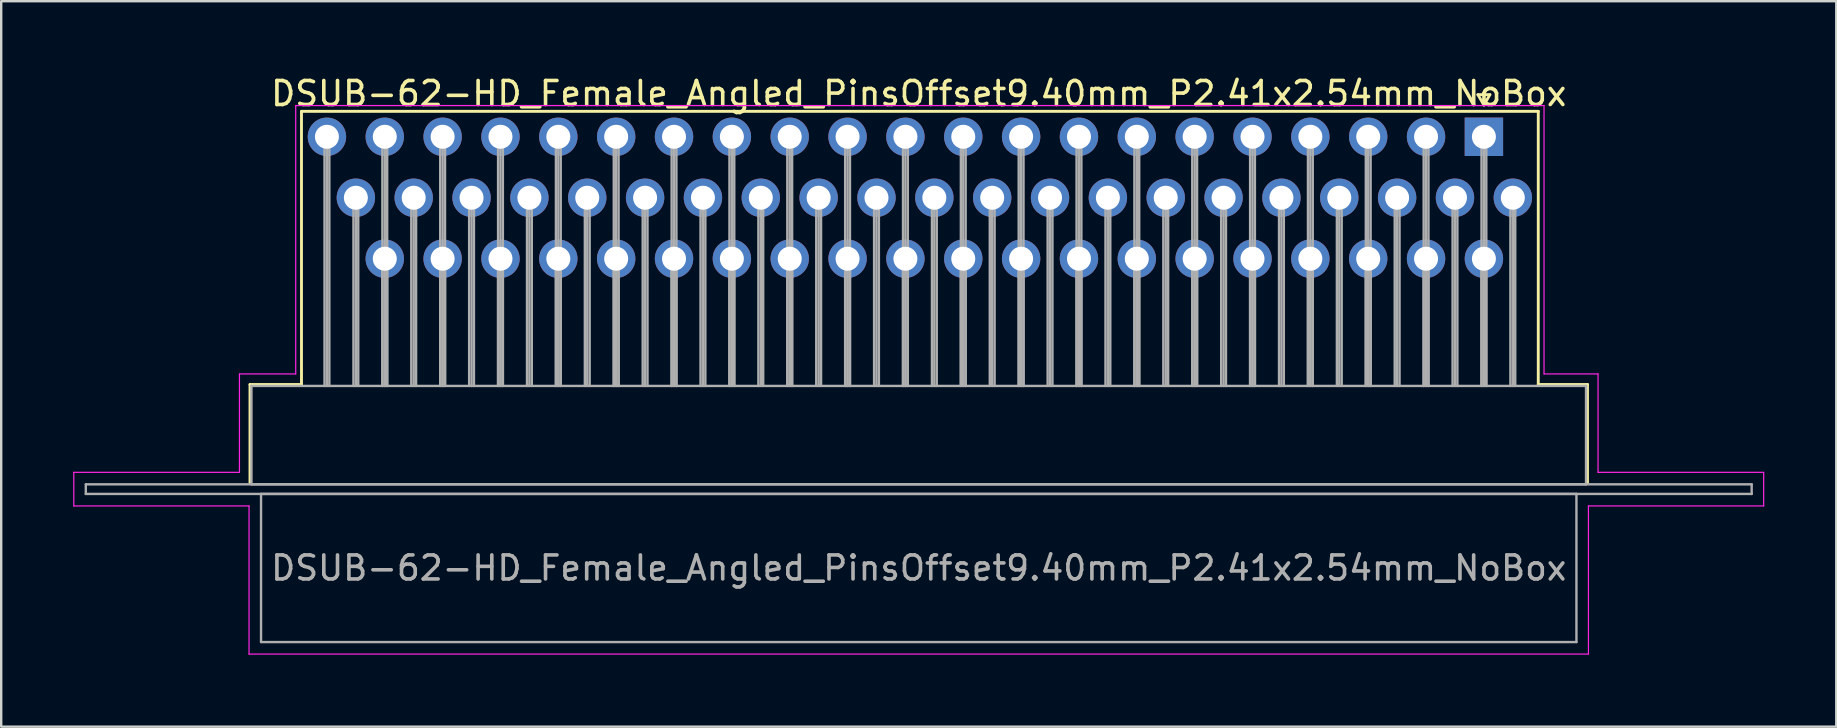
<source format=kicad_pcb>
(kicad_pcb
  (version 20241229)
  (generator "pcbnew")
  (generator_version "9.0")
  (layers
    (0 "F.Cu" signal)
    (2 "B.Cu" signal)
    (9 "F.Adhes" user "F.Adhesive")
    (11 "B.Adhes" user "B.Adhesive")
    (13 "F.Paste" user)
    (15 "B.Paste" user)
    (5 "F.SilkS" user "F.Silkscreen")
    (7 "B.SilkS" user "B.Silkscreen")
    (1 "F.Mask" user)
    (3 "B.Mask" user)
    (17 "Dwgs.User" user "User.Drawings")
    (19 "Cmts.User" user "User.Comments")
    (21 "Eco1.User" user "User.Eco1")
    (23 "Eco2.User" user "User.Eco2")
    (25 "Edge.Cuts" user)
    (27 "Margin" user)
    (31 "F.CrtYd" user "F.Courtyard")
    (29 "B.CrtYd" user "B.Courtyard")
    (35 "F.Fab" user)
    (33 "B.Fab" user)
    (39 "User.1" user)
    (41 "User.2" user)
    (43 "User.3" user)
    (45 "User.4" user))
  (footprint "DSUB-62-HD_Female_Angled_PinsOffset9.40mm_P2.41x2.54mm_NoBox"
    (layer "F.Cu")
    (at 58.77 2.648)
    (property "Reference" "DSUB-62-HD_Female_Angled_PinsOffset9.40mm_P2.41x2.54mm_NoBox" (at -23.545 -1.8 0) (layer "F.SilkS") (effects (font (size 1 1) (thickness 0.15))))
    (attr through_hole)
    (fp_line (start -51.405 10.32) (end -49.26 10.32) (stroke (width 0.12) (type solid)) (layer "F.SilkS"))
    (fp_line (start -51.405 14.42) (end -51.405 10.32) (stroke (width 0.12) (type solid)) (layer "F.SilkS"))
    (fp_line (start -49.26 -1.06) (end 2.265 -1.06) (stroke (width 0.12) (type solid)) (layer "F.SilkS"))
    (fp_line (start -49.26 10.32) (end -49.26 -1.06) (stroke (width 0.12) (type solid)) (layer "F.SilkS"))
    (fp_line (start -0.25 -1.754) (end 0.25 -1.754) (stroke (width 0.12) (type solid)) (layer "F.SilkS"))
    (fp_line (start 0 -1.321) (end -0.25 -1.754) (stroke (width 0.12) (type solid)) (layer "F.SilkS"))
    (fp_line (start 0.25 -1.754) (end 0 -1.321) (stroke (width 0.12) (type solid)) (layer "F.SilkS"))
    (fp_line (start 2.265 -1.06) (end 2.265 10.32) (stroke (width 0.12) (type solid)) (layer "F.SilkS"))
    (fp_line (start 2.265 10.32) (end 4.315 10.32) (stroke (width 0.12) (type solid)) (layer "F.SilkS"))
    (fp_line (start 4.315 10.32) (end 4.315 14.42) (stroke (width 0.12) (type solid)) (layer "F.SilkS"))
    (fp_line (start -58.745 13.98) (end -51.845 13.98) (stroke (width 0.05) (type solid)) (layer "F.CrtYd"))
    (fp_line (start -58.745 15.38) (end -58.745 13.98) (stroke (width 0.05) (type solid)) (layer "F.CrtYd"))
    (fp_line (start -51.845 9.88) (end -49.5 9.88) (stroke (width 0.05) (type solid)) (layer "F.CrtYd"))
    (fp_line (start -51.845 13.98) (end -51.845 9.88) (stroke (width 0.05) (type solid)) (layer "F.CrtYd"))
    (fp_line (start -51.445 15.38) (end -58.745 15.38) (stroke (width 0.05) (type solid)) (layer "F.CrtYd"))
    (fp_line (start -51.445 21.55) (end -51.445 15.38) (stroke (width 0.05) (type solid)) (layer "F.CrtYd"))
    (fp_line (start -49.5 -1.3) (end 2.505 -1.3) (stroke (width 0.05) (type solid)) (layer "F.CrtYd"))
    (fp_line (start -49.5 9.88) (end -49.5 -1.3) (stroke (width 0.05) (type solid)) (layer "F.CrtYd"))
    (fp_line (start 2.505 -1.3) (end 2.505 9.88) (stroke (width 0.05) (type solid)) (layer "F.CrtYd"))
    (fp_line (start 2.505 9.88) (end 4.755 9.88) (stroke (width 0.05) (type solid)) (layer "F.CrtYd"))
    (fp_line (start 4.355 15.38) (end 4.355 21.55) (stroke (width 0.05) (type solid)) (layer "F.CrtYd"))
    (fp_line (start 4.355 21.55) (end -51.445 21.55) (stroke (width 0.05) (type solid)) (layer "F.CrtYd"))
    (fp_line (start 4.755 9.88) (end 4.755 13.98) (stroke (width 0.05) (type solid)) (layer "F.CrtYd"))
    (fp_line (start 4.755 13.98) (end 11.655 13.98) (stroke (width 0.05) (type solid)) (layer "F.CrtYd"))
    (fp_line (start 11.655 13.98) (end 11.655 15.38) (stroke (width 0.05) (type solid)) (layer "F.CrtYd"))
    (fp_line (start 11.655 15.38) (end 4.355 15.38) (stroke (width 0.05) (type solid)) (layer "F.CrtYd"))
    (fp_line (start -58.245 14.48) (end -58.245 14.88) (stroke (width 0.1) (type solid)) (layer "F.Fab"))
    (fp_line (start -58.245 14.88) (end 11.155 14.88) (stroke (width 0.1) (type solid)) (layer "F.Fab"))
    (fp_line (start -51.345 10.38) (end -51.345 14.48) (stroke (width 0.1) (type solid)) (layer "F.Fab"))
    (fp_line (start -51.345 14.48) (end 4.255 14.48) (stroke (width 0.1) (type solid)) (layer "F.Fab"))
    (fp_line (start -50.945 14.88) (end -50.945 21.05) (stroke (width 0.1) (type solid)) (layer "F.Fab"))
    (fp_line (start -50.945 21.05) (end 3.855 21.05) (stroke (width 0.1) (type solid)) (layer "F.Fab"))
    (fp_line (start -48.3 0) (end -48.3 10.38) (stroke (width 0.1) (type solid)) (layer "F.Fab"))
    (fp_line (start -48.2 0) (end -48.2 10.38) (stroke (width 0.1) (type solid)) (layer "F.Fab"))
    (fp_line (start -48.1 0) (end -48.1 10.38) (stroke (width 0.1) (type solid)) (layer "F.Fab"))
    (fp_line (start -47.095 2.54) (end -47.095 10.38) (stroke (width 0.1) (type solid)) (layer "F.Fab"))
    (fp_line (start -46.995 2.54) (end -46.995 10.38) (stroke (width 0.1) (type solid)) (layer "F.Fab"))
    (fp_line (start -46.895 2.54) (end -46.895 10.38) (stroke (width 0.1) (type solid)) (layer "F.Fab"))
    (fp_line (start -45.89 0) (end -45.89 10.38) (stroke (width 0.1) (type solid)) (layer "F.Fab"))
    (fp_line (start -45.89 5.08) (end -45.89 10.38) (stroke (width 0.1) (type solid)) (layer "F.Fab"))
    (fp_line (start -45.79 0) (end -45.79 10.38) (stroke (width 0.1) (type solid)) (layer "F.Fab"))
    (fp_line (start -45.79 5.08) (end -45.79 10.38) (stroke (width 0.1) (type solid)) (layer "F.Fab"))
    (fp_line (start -45.69 0) (end -45.69 10.38) (stroke (width 0.1) (type solid)) (layer "F.Fab"))
    (fp_line (start -45.69 5.08) (end -45.69 10.38) (stroke (width 0.1) (type solid)) (layer "F.Fab"))
    (fp_line (start -44.685 2.54) (end -44.685 10.38) (stroke (width 0.1) (type solid)) (layer "F.Fab"))
    (fp_line (start -44.585 2.54) (end -44.585 10.38) (stroke (width 0.1) (type solid)) (layer "F.Fab"))
    (fp_line (start -44.485 2.54) (end -44.485 10.38) (stroke (width 0.1) (type solid)) (layer "F.Fab"))
    (fp_line (start -43.48 0) (end -43.48 10.38) (stroke (width 0.1) (type solid)) (layer "F.Fab"))
    (fp_line (start -43.48 5.08) (end -43.48 10.38) (stroke (width 0.1) (type solid)) (layer "F.Fab"))
    (fp_line (start -43.38 0) (end -43.38 10.38) (stroke (width 0.1) (type solid)) (layer "F.Fab"))
    (fp_line (start -43.38 5.08) (end -43.38 10.38) (stroke (width 0.1) (type solid)) (layer "F.Fab"))
    (fp_line (start -43.28 0) (end -43.28 10.38) (stroke (width 0.1) (type solid)) (layer "F.Fab"))
    (fp_line (start -43.28 5.08) (end -43.28 10.38) (stroke (width 0.1) (type solid)) (layer "F.Fab"))
    (fp_line (start -42.275 2.54) (end -42.275 10.38) (stroke (width 0.1) (type solid)) (layer "F.Fab"))
    (fp_line (start -42.175 2.54) (end -42.175 10.38) (stroke (width 0.1) (type solid)) (layer "F.Fab"))
    (fp_line (start -42.075 2.54) (end -42.075 10.38) (stroke (width 0.1) (type solid)) (layer "F.Fab"))
    (fp_line (start -41.07 0) (end -41.07 10.38) (stroke (width 0.1) (type solid)) (layer "F.Fab"))
    (fp_line (start -41.07 5.08) (end -41.07 10.38) (stroke (width 0.1) (type solid)) (layer "F.Fab"))
    (fp_line (start -40.97 0) (end -40.97 10.38) (stroke (width 0.1) (type solid)) (layer "F.Fab"))
    (fp_line (start -40.97 5.08) (end -40.97 10.38) (stroke (width 0.1) (type solid)) (layer "F.Fab"))
    (fp_line (start -40.87 0) (end -40.87 10.38) (stroke (width 0.1) (type solid)) (layer "F.Fab"))
    (fp_line (start -40.87 5.08) (end -40.87 10.38) (stroke (width 0.1) (type solid)) (layer "F.Fab"))
    (fp_line (start -39.865 2.54) (end -39.865 10.38) (stroke (width 0.1) (type solid)) (layer "F.Fab"))
    (fp_line (start -39.765 2.54) (end -39.765 10.38) (stroke (width 0.1) (type solid)) (layer "F.Fab"))
    (fp_line (start -39.665 2.54) (end -39.665 10.38) (stroke (width 0.1) (type solid)) (layer "F.Fab"))
    (fp_line (start -38.66 0) (end -38.66 10.38) (stroke (width 0.1) (type solid)) (layer "F.Fab"))
    (fp_line (start -38.66 5.08) (end -38.66 10.38) (stroke (width 0.1) (type solid)) (layer "F.Fab"))
    (fp_line (start -38.56 0) (end -38.56 10.38) (stroke (width 0.1) (type solid)) (layer "F.Fab"))
    (fp_line (start -38.56 5.08) (end -38.56 10.38) (stroke (width 0.1) (type solid)) (layer "F.Fab"))
    (fp_line (start -38.46 0) (end -38.46 10.38) (stroke (width 0.1) (type solid)) (layer "F.Fab"))
    (fp_line (start -38.46 5.08) (end -38.46 10.38) (stroke (width 0.1) (type solid)) (layer "F.Fab"))
    (fp_line (start -37.455 2.54) (end -37.455 10.38) (stroke (width 0.1) (type solid)) (layer "F.Fab"))
    (fp_line (start -37.355 2.54) (end -37.355 10.38) (stroke (width 0.1) (type solid)) (layer "F.Fab"))
    (fp_line (start -37.255 2.54) (end -37.255 10.38) (stroke (width 0.1) (type solid)) (layer "F.Fab"))
    (fp_line (start -36.25 0) (end -36.25 10.38) (stroke (width 0.1) (type solid)) (layer "F.Fab"))
    (fp_line (start -36.25 5.08) (end -36.25 10.38) (stroke (width 0.1) (type solid)) (layer "F.Fab"))
    (fp_line (start -36.15 0) (end -36.15 10.38) (stroke (width 0.1) (type solid)) (layer "F.Fab"))
    (fp_line (start -36.15 5.08) (end -36.15 10.38) (stroke (width 0.1) (type solid)) (layer "F.Fab"))
    (fp_line (start -36.05 0) (end -36.05 10.38) (stroke (width 0.1) (type solid)) (layer "F.Fab"))
    (fp_line (start -36.05 5.08) (end -36.05 10.38) (stroke (width 0.1) (type solid)) (layer "F.Fab"))
    (fp_line (start -35.045 2.54) (end -35.045 10.38) (stroke (width 0.1) (type solid)) (layer "F.Fab"))
    (fp_line (start -34.945 2.54) (end -34.945 10.38) (stroke (width 0.1) (type solid)) (layer "F.Fab"))
    (fp_line (start -34.845 2.54) (end -34.845 10.38) (stroke (width 0.1) (type solid)) (layer "F.Fab"))
    (fp_line (start -33.84 0) (end -33.84 10.38) (stroke (width 0.1) (type solid)) (layer "F.Fab"))
    (fp_line (start -33.84 5.08) (end -33.84 10.38) (stroke (width 0.1) (type solid)) (layer "F.Fab"))
    (fp_line (start -33.74 0) (end -33.74 10.38) (stroke (width 0.1) (type solid)) (layer "F.Fab"))
    (fp_line (start -33.74 5.08) (end -33.74 10.38) (stroke (width 0.1) (type solid)) (layer "F.Fab"))
    (fp_line (start -33.64 0) (end -33.64 10.38) (stroke (width 0.1) (type solid)) (layer "F.Fab"))
    (fp_line (start -33.64 5.08) (end -33.64 10.38) (stroke (width 0.1) (type solid)) (layer "F.Fab"))
    (fp_line (start -32.635 2.54) (end -32.635 10.38) (stroke (width 0.1) (type solid)) (layer "F.Fab"))
    (fp_line (start -32.535 2.54) (end -32.535 10.38) (stroke (width 0.1) (type solid)) (layer "F.Fab"))
    (fp_line (start -32.435 2.54) (end -32.435 10.38) (stroke (width 0.1) (type solid)) (layer "F.Fab"))
    (fp_line (start -31.43 0) (end -31.43 10.38) (stroke (width 0.1) (type solid)) (layer "F.Fab"))
    (fp_line (start -31.43 5.08) (end -31.43 10.38) (stroke (width 0.1) (type solid)) (layer "F.Fab"))
    (fp_line (start -31.33 0) (end -31.33 10.38) (stroke (width 0.1) (type solid)) (layer "F.Fab"))
    (fp_line (start -31.33 5.08) (end -31.33 10.38) (stroke (width 0.1) (type solid)) (layer "F.Fab"))
    (fp_line (start -31.23 0) (end -31.23 10.38) (stroke (width 0.1) (type solid)) (layer "F.Fab"))
    (fp_line (start -31.23 5.08) (end -31.23 10.38) (stroke (width 0.1) (type solid)) (layer "F.Fab"))
    (fp_line (start -30.225 2.54) (end -30.225 10.38) (stroke (width 0.1) (type solid)) (layer "F.Fab"))
    (fp_line (start -30.125 2.54) (end -30.125 10.38) (stroke (width 0.1) (type solid)) (layer "F.Fab"))
    (fp_line (start -30.025 2.54) (end -30.025 10.38) (stroke (width 0.1) (type solid)) (layer "F.Fab"))
    (fp_line (start -29.02 0) (end -29.02 10.38) (stroke (width 0.1) (type solid)) (layer "F.Fab"))
    (fp_line (start -29.02 5.08) (end -29.02 10.38) (stroke (width 0.1) (type solid)) (layer "F.Fab"))
    (fp_line (start -28.92 0) (end -28.92 10.38) (stroke (width 0.1) (type solid)) (layer "F.Fab"))
    (fp_line (start -28.92 5.08) (end -28.92 10.38) (stroke (width 0.1) (type solid)) (layer "F.Fab"))
    (fp_line (start -28.82 0) (end -28.82 10.38) (stroke (width 0.1) (type solid)) (layer "F.Fab"))
    (fp_line (start -28.82 5.08) (end -28.82 10.38) (stroke (width 0.1) (type solid)) (layer "F.Fab"))
    (fp_line (start -27.815 2.54) (end -27.815 10.38) (stroke (width 0.1) (type solid)) (layer "F.Fab"))
    (fp_line (start -27.715 2.54) (end -27.715 10.38) (stroke (width 0.1) (type solid)) (layer "F.Fab"))
    (fp_line (start -27.615 2.54) (end -27.615 10.38) (stroke (width 0.1) (type solid)) (layer "F.Fab"))
    (fp_line (start -26.61 0) (end -26.61 10.38) (stroke (width 0.1) (type solid)) (layer "F.Fab"))
    (fp_line (start -26.61 5.08) (end -26.61 10.38) (stroke (width 0.1) (type solid)) (layer "F.Fab"))
    (fp_line (start -26.51 0) (end -26.51 10.38) (stroke (width 0.1) (type solid)) (layer "F.Fab"))
    (fp_line (start -26.51 5.08) (end -26.51 10.38) (stroke (width 0.1) (type solid)) (layer "F.Fab"))
    (fp_line (start -26.41 0) (end -26.41 10.38) (stroke (width 0.1) (type solid)) (layer "F.Fab"))
    (fp_line (start -26.41 5.08) (end -26.41 10.38) (stroke (width 0.1) (type solid)) (layer "F.Fab"))
    (fp_line (start -25.405 2.54) (end -25.405 10.38) (stroke (width 0.1) (type solid)) (layer "F.Fab"))
    (fp_line (start -25.305 2.54) (end -25.305 10.38) (stroke (width 0.1) (type solid)) (layer "F.Fab"))
    (fp_line (start -25.205 2.54) (end -25.205 10.38) (stroke (width 0.1) (type solid)) (layer "F.Fab"))
    (fp_line (start -24.2 0) (end -24.2 10.38) (stroke (width 0.1) (type solid)) (layer "F.Fab"))
    (fp_line (start -24.2 5.08) (end -24.2 10.38) (stroke (width 0.1) (type solid)) (layer "F.Fab"))
    (fp_line (start -24.1 0) (end -24.1 10.38) (stroke (width 0.1) (type solid)) (layer "F.Fab"))
    (fp_line (start -24.1 5.08) (end -24.1 10.38) (stroke (width 0.1) (type solid)) (layer "F.Fab"))
    (fp_line (start -24 0) (end -24 10.38) (stroke (width 0.1) (type solid)) (layer "F.Fab"))
    (fp_line (start -24 5.08) (end -24 10.38) (stroke (width 0.1) (type solid)) (layer "F.Fab"))
    (fp_line (start -22.995 2.54) (end -22.995 10.38) (stroke (width 0.1) (type solid)) (layer "F.Fab"))
    (fp_line (start -22.895 2.54) (end -22.895 10.38) (stroke (width 0.1) (type solid)) (layer "F.Fab"))
    (fp_line (start -22.795 2.54) (end -22.795 10.38) (stroke (width 0.1) (type solid)) (layer "F.Fab"))
    (fp_line (start -21.79 0) (end -21.79 10.38) (stroke (width 0.1) (type solid)) (layer "F.Fab"))
    (fp_line (start -21.79 5.08) (end -21.79 10.38) (stroke (width 0.1) (type solid)) (layer "F.Fab"))
    (fp_line (start -21.69 0) (end -21.69 10.38) (stroke (width 0.1) (type solid)) (layer "F.Fab"))
    (fp_line (start -21.69 5.08) (end -21.69 10.38) (stroke (width 0.1) (type solid)) (layer "F.Fab"))
    (fp_line (start -21.59 0) (end -21.59 10.38) (stroke (width 0.1) (type solid)) (layer "F.Fab"))
    (fp_line (start -21.59 5.08) (end -21.59 10.38) (stroke (width 0.1) (type solid)) (layer "F.Fab"))
    (fp_line (start -20.585 2.54) (end -20.585 10.38) (stroke (width 0.1) (type solid)) (layer "F.Fab"))
    (fp_line (start -20.485 2.54) (end -20.485 10.38) (stroke (width 0.1) (type solid)) (layer "F.Fab"))
    (fp_line (start -20.385 2.54) (end -20.385 10.38) (stroke (width 0.1) (type solid)) (layer "F.Fab"))
    (fp_line (start -19.38 0) (end -19.38 10.38) (stroke (width 0.1) (type solid)) (layer "F.Fab"))
    (fp_line (start -19.38 5.08) (end -19.38 10.38) (stroke (width 0.1) (type solid)) (layer "F.Fab"))
    (fp_line (start -19.28 0) (end -19.28 10.38) (stroke (width 0.1) (type solid)) (layer "F.Fab"))
    (fp_line (start -19.28 5.08) (end -19.28 10.38) (stroke (width 0.1) (type solid)) (layer "F.Fab"))
    (fp_line (start -19.18 0) (end -19.18 10.38) (stroke (width 0.1) (type solid)) (layer "F.Fab"))
    (fp_line (start -19.18 5.08) (end -19.18 10.38) (stroke (width 0.1) (type solid)) (layer "F.Fab"))
    (fp_line (start -18.175 2.54) (end -18.175 10.38) (stroke (width 0.1) (type solid)) (layer "F.Fab"))
    (fp_line (start -18.075 2.54) (end -18.075 10.38) (stroke (width 0.1) (type solid)) (layer "F.Fab"))
    (fp_line (start -17.975 2.54) (end -17.975 10.38) (stroke (width 0.1) (type solid)) (layer "F.Fab"))
    (fp_line (start -16.97 0) (end -16.97 10.38) (stroke (width 0.1) (type solid)) (layer "F.Fab"))
    (fp_line (start -16.97 5.08) (end -16.97 10.38) (stroke (width 0.1) (type solid)) (layer "F.Fab"))
    (fp_line (start -16.87 0) (end -16.87 10.38) (stroke (width 0.1) (type solid)) (layer "F.Fab"))
    (fp_line (start -16.87 5.08) (end -16.87 10.38) (stroke (width 0.1) (type solid)) (layer "F.Fab"))
    (fp_line (start -16.77 0) (end -16.77 10.38) (stroke (width 0.1) (type solid)) (layer "F.Fab"))
    (fp_line (start -16.77 5.08) (end -16.77 10.38) (stroke (width 0.1) (type solid)) (layer "F.Fab"))
    (fp_line (start -15.765 2.54) (end -15.765 10.38) (stroke (width 0.1) (type solid)) (layer "F.Fab"))
    (fp_line (start -15.665 2.54) (end -15.665 10.38) (stroke (width 0.1) (type solid)) (layer "F.Fab"))
    (fp_line (start -15.565 2.54) (end -15.565 10.38) (stroke (width 0.1) (type solid)) (layer "F.Fab"))
    (fp_line (start -14.56 0) (end -14.56 10.38) (stroke (width 0.1) (type solid)) (layer "F.Fab"))
    (fp_line (start -14.56 5.08) (end -14.56 10.38) (stroke (width 0.1) (type solid)) (layer "F.Fab"))
    (fp_line (start -14.46 0) (end -14.46 10.38) (stroke (width 0.1) (type solid)) (layer "F.Fab"))
    (fp_line (start -14.46 5.08) (end -14.46 10.38) (stroke (width 0.1) (type solid)) (layer "F.Fab"))
    (fp_line (start -14.36 0) (end -14.36 10.38) (stroke (width 0.1) (type solid)) (layer "F.Fab"))
    (fp_line (start -14.36 5.08) (end -14.36 10.38) (stroke (width 0.1) (type solid)) (layer "F.Fab"))
    (fp_line (start -13.355 2.54) (end -13.355 10.38) (stroke (width 0.1) (type solid)) (layer "F.Fab"))
    (fp_line (start -13.255 2.54) (end -13.255 10.38) (stroke (width 0.1) (type solid)) (layer "F.Fab"))
    (fp_line (start -13.155 2.54) (end -13.155 10.38) (stroke (width 0.1) (type solid)) (layer "F.Fab"))
    (fp_line (start -12.15 0) (end -12.15 10.38) (stroke (width 0.1) (type solid)) (layer "F.Fab"))
    (fp_line (start -12.15 5.08) (end -12.15 10.38) (stroke (width 0.1) (type solid)) (layer "F.Fab"))
    (fp_line (start -12.05 0) (end -12.05 10.38) (stroke (width 0.1) (type solid)) (layer "F.Fab"))
    (fp_line (start -12.05 5.08) (end -12.05 10.38) (stroke (width 0.1) (type solid)) (layer "F.Fab"))
    (fp_line (start -11.95 0) (end -11.95 10.38) (stroke (width 0.1) (type solid)) (layer "F.Fab"))
    (fp_line (start -11.95 5.08) (end -11.95 10.38) (stroke (width 0.1) (type solid)) (layer "F.Fab"))
    (fp_line (start -10.945 2.54) (end -10.945 10.38) (stroke (width 0.1) (type solid)) (layer "F.Fab"))
    (fp_line (start -10.845 2.54) (end -10.845 10.38) (stroke (width 0.1) (type solid)) (layer "F.Fab"))
    (fp_line (start -10.745 2.54) (end -10.745 10.38) (stroke (width 0.1) (type solid)) (layer "F.Fab"))
    (fp_line (start -9.74 0) (end -9.74 10.38) (stroke (width 0.1) (type solid)) (layer "F.Fab"))
    (fp_line (start -9.74 5.08) (end -9.74 10.38) (stroke (width 0.1) (type solid)) (layer "F.Fab"))
    (fp_line (start -9.64 0) (end -9.64 10.38) (stroke (width 0.1) (type solid)) (layer "F.Fab"))
    (fp_line (start -9.64 5.08) (end -9.64 10.38) (stroke (width 0.1) (type solid)) (layer "F.Fab"))
    (fp_line (start -9.54 0) (end -9.54 10.38) (stroke (width 0.1) (type solid)) (layer "F.Fab"))
    (fp_line (start -9.54 5.08) (end -9.54 10.38) (stroke (width 0.1) (type solid)) (layer "F.Fab"))
    (fp_line (start -8.535 2.54) (end -8.535 10.38) (stroke (width 0.1) (type solid)) (layer "F.Fab"))
    (fp_line (start -8.435 2.54) (end -8.435 10.38) (stroke (width 0.1) (type solid)) (layer "F.Fab"))
    (fp_line (start -8.335 2.54) (end -8.335 10.38) (stroke (width 0.1) (type solid)) (layer "F.Fab"))
    (fp_line (start -7.33 0) (end -7.33 10.38) (stroke (width 0.1) (type solid)) (layer "F.Fab"))
    (fp_line (start -7.33 5.08) (end -7.33 10.38) (stroke (width 0.1) (type solid)) (layer "F.Fab"))
    (fp_line (start -7.23 0) (end -7.23 10.38) (stroke (width 0.1) (type solid)) (layer "F.Fab"))
    (fp_line (start -7.23 5.08) (end -7.23 10.38) (stroke (width 0.1) (type solid)) (layer "F.Fab"))
    (fp_line (start -7.13 0) (end -7.13 10.38) (stroke (width 0.1) (type solid)) (layer "F.Fab"))
    (fp_line (start -7.13 5.08) (end -7.13 10.38) (stroke (width 0.1) (type solid)) (layer "F.Fab"))
    (fp_line (start -6.125 2.54) (end -6.125 10.38) (stroke (width 0.1) (type solid)) (layer "F.Fab"))
    (fp_line (start -6.025 2.54) (end -6.025 10.38) (stroke (width 0.1) (type solid)) (layer "F.Fab"))
    (fp_line (start -5.925 2.54) (end -5.925 10.38) (stroke (width 0.1) (type solid)) (layer "F.Fab"))
    (fp_line (start -4.92 0) (end -4.92 10.38) (stroke (width 0.1) (type solid)) (layer "F.Fab"))
    (fp_line (start -4.92 5.08) (end -4.92 10.38) (stroke (width 0.1) (type solid)) (layer "F.Fab"))
    (fp_line (start -4.82 0) (end -4.82 10.38) (stroke (width 0.1) (type solid)) (layer "F.Fab"))
    (fp_line (start -4.82 5.08) (end -4.82 10.38) (stroke (width 0.1) (type solid)) (layer "F.Fab"))
    (fp_line (start -4.72 0) (end -4.72 10.38) (stroke (width 0.1) (type solid)) (layer "F.Fab"))
    (fp_line (start -4.72 5.08) (end -4.72 10.38) (stroke (width 0.1) (type solid)) (layer "F.Fab"))
    (fp_line (start -3.715 2.54) (end -3.715 10.38) (stroke (width 0.1) (type solid)) (layer "F.Fab"))
    (fp_line (start -3.615 2.54) (end -3.615 10.38) (stroke (width 0.1) (type solid)) (layer "F.Fab"))
    (fp_line (start -3.515 2.54) (end -3.515 10.38) (stroke (width 0.1) (type solid)) (layer "F.Fab"))
    (fp_line (start -2.51 0) (end -2.51 10.38) (stroke (width 0.1) (type solid)) (layer "F.Fab"))
    (fp_line (start -2.51 5.08) (end -2.51 10.38) (stroke (width 0.1) (type solid)) (layer "F.Fab"))
    (fp_line (start -2.41 0) (end -2.41 10.38) (stroke (width 0.1) (type solid)) (layer "F.Fab"))
    (fp_line (start -2.41 5.08) (end -2.41 10.38) (stroke (width 0.1) (type solid)) (layer "F.Fab"))
    (fp_line (start -2.31 0) (end -2.31 10.38) (stroke (width 0.1) (type solid)) (layer "F.Fab"))
    (fp_line (start -2.31 5.08) (end -2.31 10.38) (stroke (width 0.1) (type solid)) (layer "F.Fab"))
    (fp_line (start -1.305 2.54) (end -1.305 10.38) (stroke (width 0.1) (type solid)) (layer "F.Fab"))
    (fp_line (start -1.205 2.54) (end -1.205 10.38) (stroke (width 0.1) (type solid)) (layer "F.Fab"))
    (fp_line (start -1.105 2.54) (end -1.105 10.38) (stroke (width 0.1) (type solid)) (layer "F.Fab"))
    (fp_line (start -0.1 0) (end -0.1 10.38) (stroke (width 0.1) (type solid)) (layer "F.Fab"))
    (fp_line (start -0.1 5.08) (end -0.1 10.38) (stroke (width 0.1) (type solid)) (layer "F.Fab"))
    (fp_line (start 0 0) (end 0 10.38) (stroke (width 0.1) (type solid)) (layer "F.Fab"))
    (fp_line (start 0 5.08) (end 0 10.38) (stroke (width 0.1) (type solid)) (layer "F.Fab"))
    (fp_line (start 0.1 0) (end 0.1 10.38) (stroke (width 0.1) (type solid)) (layer "F.Fab"))
    (fp_line (start 0.1 5.08) (end 0.1 10.38) (stroke (width 0.1) (type solid)) (layer "F.Fab"))
    (fp_line (start 1.105 2.54) (end 1.105 10.38) (stroke (width 0.1) (type solid)) (layer "F.Fab"))
    (fp_line (start 1.205 2.54) (end 1.205 10.38) (stroke (width 0.1) (type solid)) (layer "F.Fab"))
    (fp_line (start 1.305 2.54) (end 1.305 10.38) (stroke (width 0.1) (type solid)) (layer "F.Fab"))
    (fp_line (start 3.855 14.88) (end -50.945 14.88) (stroke (width 0.1) (type solid)) (layer "F.Fab"))
    (fp_line (start 3.855 21.05) (end 3.855 14.88) (stroke (width 0.1) (type solid)) (layer "F.Fab"))
    (fp_line (start 4.255 10.38) (end -51.345 10.38) (stroke (width 0.1) (type solid)) (layer "F.Fab"))
    (fp_line (start 4.255 14.48) (end 4.255 10.38) (stroke (width 0.1) (type solid)) (layer "F.Fab"))
    (fp_line (start 11.155 14.48) (end -58.245 14.48) (stroke (width 0.1) (type solid)) (layer "F.Fab"))
    (fp_line (start 11.155 14.88) (end 11.155 14.48) (stroke (width 0.1) (type solid)) (layer "F.Fab"))
    (fp_text user "${REFERENCE}" (at -23.545 17.965 0) (layer "F.Fab") (effects (font (size 1 1) (thickness 0.15))))
    (pad "1" thru_hole rect (at 0 0) (size 1.6 1.6) (drill 1) (layers "*.Cu" "*.Mask"))
    (pad "2" thru_hole circle (at -2.41 0) (size 1.6 1.6) (drill 1) (layers "*.Cu" "*.Mask"))
    (pad "3" thru_hole circle (at -4.82 0) (size 1.6 1.6) (drill 1) (layers "*.Cu" "*.Mask"))
    (pad "4" thru_hole circle (at -7.23 0) (size 1.6 1.6) (drill 1) (layers "*.Cu" "*.Mask"))
    (pad "5" thru_hole circle (at -9.64 0) (size 1.6 1.6) (drill 1) (layers "*.Cu" "*.Mask"))
    (pad "6" thru_hole circle (at -12.05 0) (size 1.6 1.6) (drill 1) (layers "*.Cu" "*.Mask"))
    (pad "7" thru_hole circle (at -14.46 0) (size 1.6 1.6) (drill 1) (layers "*.Cu" "*.Mask"))
    (pad "8" thru_hole circle (at -16.87 0) (size 1.6 1.6) (drill 1) (layers "*.Cu" "*.Mask"))
    (pad "9" thru_hole circle (at -19.28 0) (size 1.6 1.6) (drill 1) (layers "*.Cu" "*.Mask"))
    (pad "10" thru_hole circle (at -21.69 0) (size 1.6 1.6) (drill 1) (layers "*.Cu" "*.Mask"))
    (pad "11" thru_hole circle (at -24.1 0) (size 1.6 1.6) (drill 1) (layers "*.Cu" "*.Mask"))
    (pad "12" thru_hole circle (at -26.51 0) (size 1.6 1.6) (drill 1) (layers "*.Cu" "*.Mask"))
    (pad "13" thru_hole circle (at -28.92 0) (size 1.6 1.6) (drill 1) (layers "*.Cu" "*.Mask"))
    (pad "14" thru_hole circle (at -31.33 0) (size 1.6 1.6) (drill 1) (layers "*.Cu" "*.Mask"))
    (pad "15" thru_hole circle (at -33.74 0) (size 1.6 1.6) (drill 1) (layers "*.Cu" "*.Mask"))
    (pad "16" thru_hole circle (at -36.15 0) (size 1.6 1.6) (drill 1) (layers "*.Cu" "*.Mask"))
    (pad "17" thru_hole circle (at -38.56 0) (size 1.6 1.6) (drill 1) (layers "*.Cu" "*.Mask"))
    (pad "18" thru_hole circle (at -40.97 0) (size 1.6 1.6) (drill 1) (layers "*.Cu" "*.Mask"))
    (pad "19" thru_hole circle (at -43.38 0) (size 1.6 1.6) (drill 1) (layers "*.Cu" "*.Mask"))
    (pad "20" thru_hole circle (at -45.79 0) (size 1.6 1.6) (drill 1) (layers "*.Cu" "*.Mask"))
    (pad "21" thru_hole circle (at -48.2 0) (size 1.6 1.6) (drill 1) (layers "*.Cu" "*.Mask"))
    (pad "22" thru_hole circle (at 1.205 2.54) (size 1.6 1.6) (drill 1) (layers "*.Cu" "*.Mask"))
    (pad "23" thru_hole circle (at -1.205 2.54) (size 1.6 1.6) (drill 1) (layers "*.Cu" "*.Mask"))
    (pad "24" thru_hole circle (at -3.615 2.54) (size 1.6 1.6) (drill 1) (layers "*.Cu" "*.Mask"))
    (pad "25" thru_hole circle (at -6.025 2.54) (size 1.6 1.6) (drill 1) (layers "*.Cu" "*.Mask"))
    (pad "26" thru_hole circle (at -8.435 2.54) (size 1.6 1.6) (drill 1) (layers "*.Cu" "*.Mask"))
    (pad "27" thru_hole circle (at -10.845 2.54) (size 1.6 1.6) (drill 1) (layers "*.Cu" "*.Mask"))
    (pad "28" thru_hole circle (at -13.255 2.54) (size 1.6 1.6) (drill 1) (layers "*.Cu" "*.Mask"))
    (pad "29" thru_hole circle (at -15.665 2.54) (size 1.6 1.6) (drill 1) (layers "*.Cu" "*.Mask"))
    (pad "30" thru_hole circle (at -18.075 2.54) (size 1.6 1.6) (drill 1) (layers "*.Cu" "*.Mask"))
    (pad "31" thru_hole circle (at -20.485 2.54) (size 1.6 1.6) (drill 1) (layers "*.Cu" "*.Mask"))
    (pad "32" thru_hole circle (at -22.895 2.54) (size 1.6 1.6) (drill 1) (layers "*.Cu" "*.Mask"))
    (pad "33" thru_hole circle (at -25.305 2.54) (size 1.6 1.6) (drill 1) (layers "*.Cu" "*.Mask"))
    (pad "34" thru_hole circle (at -27.715 2.54) (size 1.6 1.6) (drill 1) (layers "*.Cu" "*.Mask"))
    (pad "35" thru_hole circle (at -30.125 2.54) (size 1.6 1.6) (drill 1) (layers "*.Cu" "*.Mask"))
    (pad "36" thru_hole circle (at -32.535 2.54) (size 1.6 1.6) (drill 1) (layers "*.Cu" "*.Mask"))
    (pad "37" thru_hole circle (at -34.945 2.54) (size 1.6 1.6) (drill 1) (layers "*.Cu" "*.Mask"))
    (pad "38" thru_hole circle (at -37.355 2.54) (size 1.6 1.6) (drill 1) (layers "*.Cu" "*.Mask"))
    (pad "39" thru_hole circle (at -39.765 2.54) (size 1.6 1.6) (drill 1) (layers "*.Cu" "*.Mask"))
    (pad "40" thru_hole circle (at -42.175 2.54) (size 1.6 1.6) (drill 1) (layers "*.Cu" "*.Mask"))
    (pad "41" thru_hole circle (at -44.585 2.54) (size 1.6 1.6) (drill 1) (layers "*.Cu" "*.Mask"))
    (pad "42" thru_hole circle (at -46.995 2.54) (size 1.6 1.6) (drill 1) (layers "*.Cu" "*.Mask"))
    (pad "43" thru_hole circle (at 0 5.08) (size 1.6 1.6) (drill 1) (layers "*.Cu" "*.Mask"))
    (pad "44" thru_hole circle (at -2.41 5.08) (size 1.6 1.6) (drill 1) (layers "*.Cu" "*.Mask"))
    (pad "45" thru_hole circle (at -4.82 5.08) (size 1.6 1.6) (drill 1) (layers "*.Cu" "*.Mask"))
    (pad "46" thru_hole circle (at -7.23 5.08) (size 1.6 1.6) (drill 1) (layers "*.Cu" "*.Mask"))
    (pad "47" thru_hole circle (at -9.64 5.08) (size 1.6 1.6) (drill 1) (layers "*.Cu" "*.Mask"))
    (pad "48" thru_hole circle (at -12.05 5.08) (size 1.6 1.6) (drill 1) (layers "*.Cu" "*.Mask"))
    (pad "49" thru_hole circle (at -14.46 5.08) (size 1.6 1.6) (drill 1) (layers "*.Cu" "*.Mask"))
    (pad "50" thru_hole circle (at -16.87 5.08) (size 1.6 1.6) (drill 1) (layers "*.Cu" "*.Mask"))
    (pad "51" thru_hole circle (at -19.28 5.08) (size 1.6 1.6) (drill 1) (layers "*.Cu" "*.Mask"))
    (pad "52" thru_hole circle (at -21.69 5.08) (size 1.6 1.6) (drill 1) (layers "*.Cu" "*.Mask"))
    (pad "53" thru_hole circle (at -24.1 5.08) (size 1.6 1.6) (drill 1) (layers "*.Cu" "*.Mask"))
    (pad "54" thru_hole circle (at -26.51 5.08) (size 1.6 1.6) (drill 1) (layers "*.Cu" "*.Mask"))
    (pad "55" thru_hole circle (at -28.92 5.08) (size 1.6 1.6) (drill 1) (layers "*.Cu" "*.Mask"))
    (pad "56" thru_hole circle (at -31.33 5.08) (size 1.6 1.6) (drill 1) (layers "*.Cu" "*.Mask"))
    (pad "57" thru_hole circle (at -33.74 5.08) (size 1.6 1.6) (drill 1) (layers "*.Cu" "*.Mask"))
    (pad "58" thru_hole circle (at -36.15 5.08) (size 1.6 1.6) (drill 1) (layers "*.Cu" "*.Mask"))
    (pad "59" thru_hole circle (at -38.56 5.08) (size 1.6 1.6) (drill 1) (layers "*.Cu" "*.Mask"))
    (pad "60" thru_hole circle (at -40.97 5.08) (size 1.6 1.6) (drill 1) (layers "*.Cu" "*.Mask"))
    (pad "61" thru_hole circle (at -43.38 5.08) (size 1.6 1.6) (drill 1) (layers "*.Cu" "*.Mask"))
    (pad "62" thru_hole circle (at -45.79 5.08) (size 1.6 1.6) (drill 1) (layers "*.Cu" "*.Mask")))
  (gr_rect
    (start -3 -3)
    (end 73.45 27.223)
    (stroke (width 0.1) (type default))
    (fill no)
    (layer "Edge.Cuts")))
</source>
